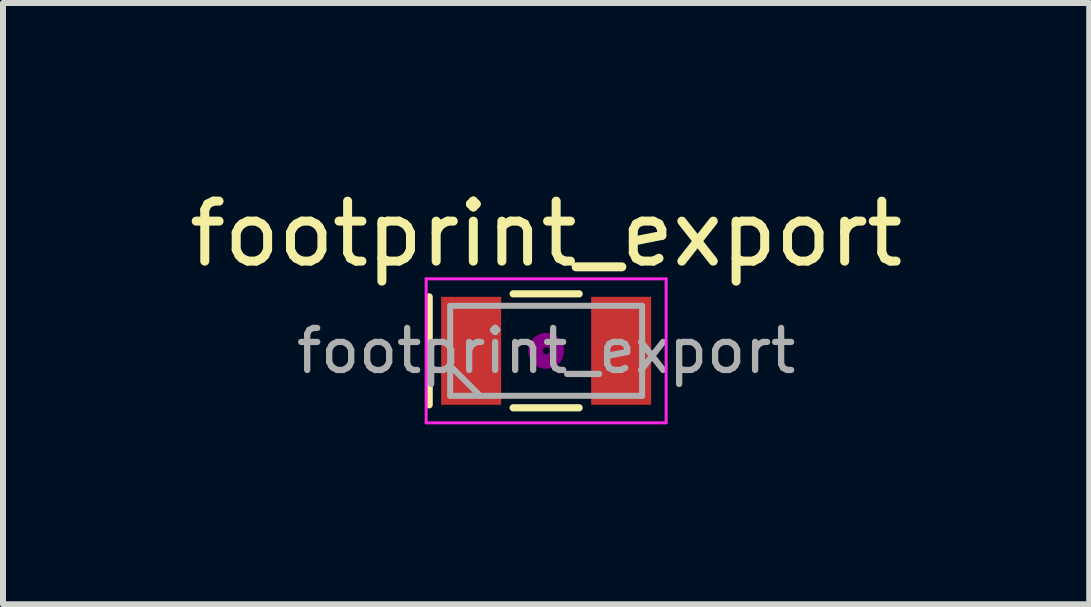
<source format=kicad_pcb>
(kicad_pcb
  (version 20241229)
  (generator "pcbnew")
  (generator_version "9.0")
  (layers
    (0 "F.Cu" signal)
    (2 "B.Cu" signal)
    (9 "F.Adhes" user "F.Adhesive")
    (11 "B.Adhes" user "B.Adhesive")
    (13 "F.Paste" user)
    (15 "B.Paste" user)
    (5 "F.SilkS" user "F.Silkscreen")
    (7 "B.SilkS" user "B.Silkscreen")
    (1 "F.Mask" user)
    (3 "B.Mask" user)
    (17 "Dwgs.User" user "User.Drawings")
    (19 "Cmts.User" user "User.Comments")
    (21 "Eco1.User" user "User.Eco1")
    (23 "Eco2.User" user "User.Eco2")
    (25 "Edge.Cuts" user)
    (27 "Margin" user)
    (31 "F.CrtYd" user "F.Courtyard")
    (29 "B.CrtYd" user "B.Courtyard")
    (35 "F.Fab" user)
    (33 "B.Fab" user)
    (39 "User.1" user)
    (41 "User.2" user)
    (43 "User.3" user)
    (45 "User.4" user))
  (footprint "footprint_export"
    (layer "F.Cu")
    (at 6.054 2.798)
    (property "Reference" "footprint_export" (at 0 -1.95 0) (layer "F.SilkS") (effects (font (size 1 1) (thickness 0.15))))
    (attr smd)
    (fp_line (start -1.95 -0.9) (end -1.95 0.9) (stroke (width 0.12) (type solid)) (layer "F.SilkS"))
    (fp_line (start -0.55 -0.95) (end 0.55 -0.95) (stroke (width 0.12) (type solid)) (layer "F.SilkS"))
    (fp_line (start -0.55 0.95) (end 0.55 0.95) (stroke (width 0.12) (type solid)) (layer "F.SilkS"))
    (fp_circle (center 0 0) (end 0.058 0) (stroke (width 0.117) (type solid)) (fill no) (layer "F.Adhes"))
    (fp_circle (center 0 0) (end 0.133 0) (stroke (width 0.083) (type solid)) (fill no) (layer "F.Adhes"))
    (fp_circle (center 0 0) (end 0.208 0) (stroke (width 0.083) (type solid)) (fill no) (layer "F.Adhes"))
    (fp_circle (center 0 0) (end 0.25 0) (stroke (width 0.1) (type solid)) (fill no) (layer "F.Adhes"))
    (fp_line (start -2 -1.2) (end -2 1.2) (stroke (width 0.05) (type solid)) (layer "F.CrtYd"))
    (fp_line (start -2 1.2) (end 2 1.2) (stroke (width 0.05) (type solid)) (layer "F.CrtYd"))
    (fp_line (start 2 -1.2) (end -2 -1.2) (stroke (width 0.05) (type solid)) (layer "F.CrtYd"))
    (fp_line (start 2 1.2) (end 2 -1.2) (stroke (width 0.05) (type solid)) (layer "F.CrtYd"))
    (fp_line (start -1.6 -0.75) (end -1.6 0.75) (stroke (width 0.1) (type solid)) (layer "F.Fab"))
    (fp_line (start -1.6 0.25) (end -1.1 0.75) (stroke (width 0.1) (type solid)) (layer "F.Fab"))
    (fp_line (start -1.6 0.75) (end 1.6 0.75) (stroke (width 0.1) (type solid)) (layer "F.Fab"))
    (fp_line (start 1.6 -0.75) (end -1.6 -0.75) (stroke (width 0.1) (type solid)) (layer "F.Fab"))
    (fp_line (start 1.6 0.75) (end 1.6 -0.75) (stroke (width 0.1) (type solid)) (layer "F.Fab"))
    (fp_text user "${REFERENCE}" (at 0 0 0) (layer "F.Fab") (effects (font (size 0.7 0.7) (thickness 0.105))))
    (pad "1" smd rect (at -1.25 0) (size 1 1.8) (layers "F.Cu" "F.Mask" "F.Paste"))
    (pad "2" smd rect (at 1.25 0) (size 1 1.8) (layers "F.Cu" "F.Mask" "F.Paste")))
  (gr_rect
    (start -3 -3)
    (end 15.107 7.023)
    (stroke (width 0.1) (type default))
    (fill no)
    (layer "Edge.Cuts")))
</source>
